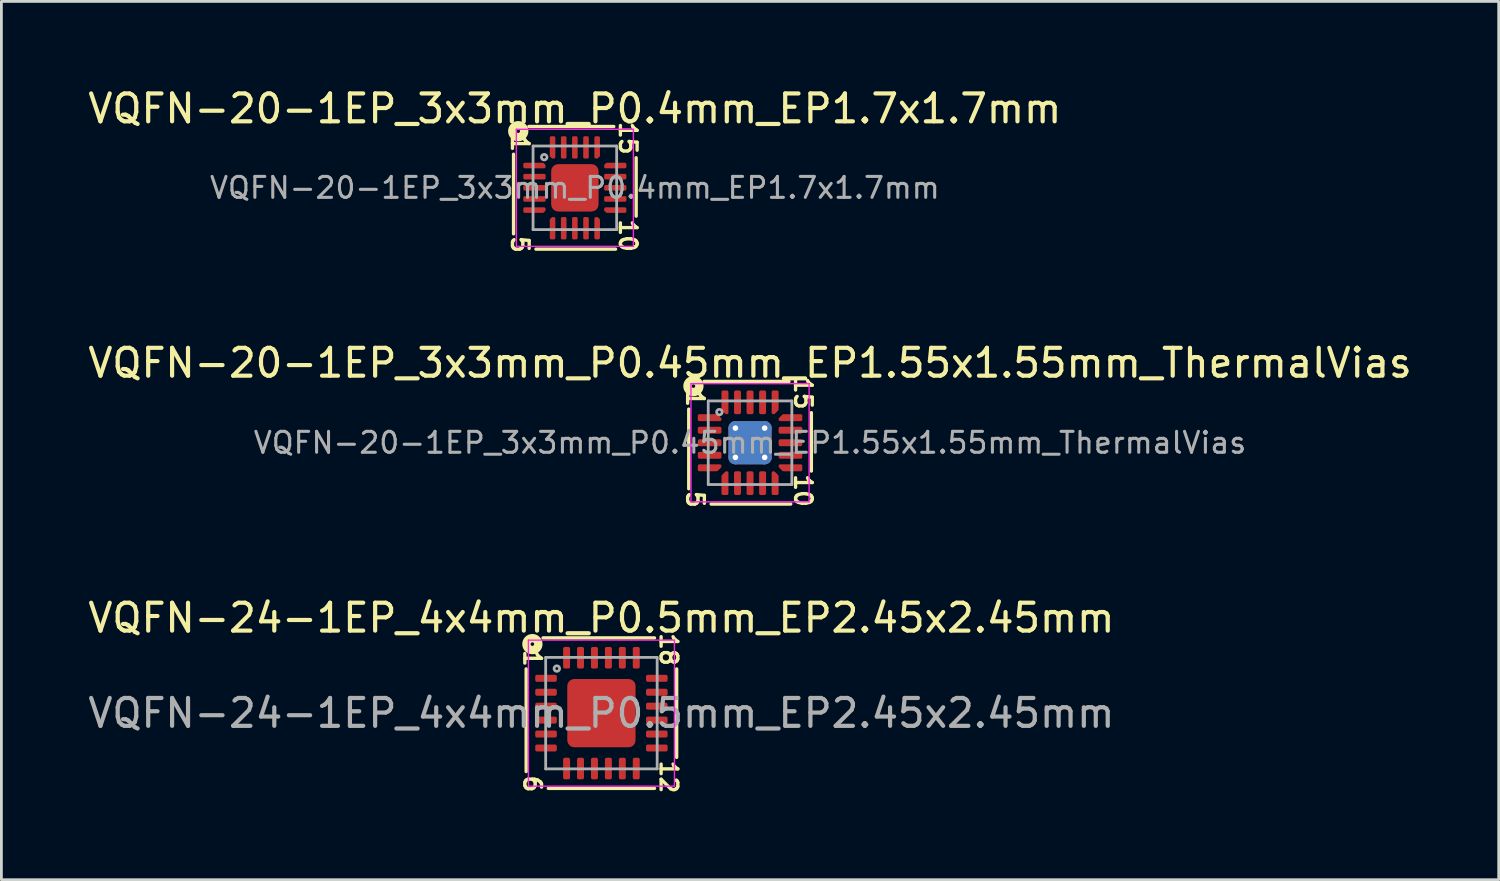
<source format=kicad_pcb>
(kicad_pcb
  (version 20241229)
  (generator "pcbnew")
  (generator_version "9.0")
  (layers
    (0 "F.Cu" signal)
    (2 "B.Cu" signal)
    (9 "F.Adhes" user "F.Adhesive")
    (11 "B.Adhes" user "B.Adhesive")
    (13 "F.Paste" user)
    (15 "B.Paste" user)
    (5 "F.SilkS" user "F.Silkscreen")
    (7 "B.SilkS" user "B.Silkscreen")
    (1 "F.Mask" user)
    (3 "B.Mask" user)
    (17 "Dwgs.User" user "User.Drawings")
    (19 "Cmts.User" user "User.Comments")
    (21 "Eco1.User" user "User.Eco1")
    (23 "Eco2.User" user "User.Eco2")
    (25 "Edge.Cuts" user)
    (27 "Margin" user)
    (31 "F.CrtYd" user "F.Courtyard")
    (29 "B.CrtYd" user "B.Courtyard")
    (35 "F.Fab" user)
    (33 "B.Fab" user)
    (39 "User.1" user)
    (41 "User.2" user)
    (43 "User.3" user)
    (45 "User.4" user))
  (footprint "VQFN-20-1EP_3x3mm_P0.4mm_EP1.7x1.7mm"
    (layer "F.Cu")
    (at 17.577 3.689)
    (property "Reference" "VQFN-20-1EP_3x3mm_P0.4mm_EP1.7x1.7mm" (at 0 -2.841 0) (layer "F.SilkS") (effects (font (size 1 1) (thickness 0.15))))
    (attr smd)
    (fp_line (start -2.2 -1.206) (end -2.2 1.651) (stroke (width 0.12) (type solid)) (layer "F.SilkS"))
    (fp_line (start -1.397 2.2) (end 1.46 2.2) (stroke (width 0.12) (type solid)) (layer "F.SilkS"))
    (fp_line (start 1.397 -2.2) (end -1.651 -2.2) (stroke (width 0.12) (type solid)) (layer "F.SilkS"))
    (fp_line (start 2.2 1.016) (end 2.2 -1.079) (stroke (width 0.12) (type solid)) (layer "F.SilkS"))
    (fp_circle (center -2.032 -2.032) (end -1.968 -2.032) (stroke (width 0.3) (type solid)) (fill no) (layer "F.SilkS"))
    (fp_line (start -2.1 -2.1) (end -2.1 2.1) (stroke (width 0.05) (type solid)) (layer "F.CrtYd"))
    (fp_line (start -2.1 2.1) (end 2.1 2.1) (stroke (width 0.05) (type solid)) (layer "F.CrtYd"))
    (fp_line (start 2.1 -2.1) (end -2.1 -2.1) (stroke (width 0.05) (type solid)) (layer "F.CrtYd"))
    (fp_line (start 2.1 2.1) (end 2.1 -2.1) (stroke (width 0.05) (type solid)) (layer "F.CrtYd"))
    (fp_line (start -1.5 -1.5) (end 1.5 -1.5) (stroke (width 0.1) (type solid)) (layer "F.Fab"))
    (fp_line (start -1.5 1.5) (end -1.5 -1.5) (stroke (width 0.1) (type solid)) (layer "F.Fab"))
    (fp_line (start 1.5 -1.5) (end 1.5 1.5) (stroke (width 0.1) (type solid)) (layer "F.Fab"))
    (fp_line (start 1.5 1.5) (end -1.5 1.5) (stroke (width 0.1) (type solid)) (layer "F.Fab"))
    (fp_circle (center -1.1 -1.1) (end -1 -1.1) (stroke (width 0.1) (type solid)) (fill no) (layer "F.Fab"))
    (fp_text user "5" (at -1.968 2.032 270) (unlocked yes) (layer "F.SilkS") (effects (font (size 0.6 0.6) (thickness 0.12))))
    (fp_text user "1" (at -1.968 -1.587 270) (unlocked yes) (layer "F.SilkS") (effects (font (size 0.6 0.6) (thickness 0.12))))
    (fp_text user "15" (at 1.905 -1.778 270) (unlocked yes) (layer "F.SilkS") (effects (font (size 0.6 0.6) (thickness 0.12))))
    (fp_text user "10" (at 1.905 1.714 270) (unlocked yes) (layer "F.SilkS") (effects (font (size 0.6 0.6) (thickness 0.12))))
    (fp_text user "${REFERENCE}" (at 0 0 0) (layer "F.Fab") (effects (font (size 0.75 0.75) (thickness 0.11))))
    (pad "" smd roundrect (at -0.425 -0.425) (size 0.69 0.69) (layers "F.Paste") (roundrect_rratio 0.25))
    (pad "" smd roundrect (at -0.425 0.425) (size 0.69 0.69) (layers "F.Paste") (roundrect_rratio 0.25))
    (pad "" smd roundrect (at 0.425 -0.425) (size 0.69 0.69) (layers "F.Paste") (roundrect_rratio 0.25))
    (pad "" smd roundrect (at 0.425 0.425) (size 0.69 0.69) (layers "F.Paste") (roundrect_rratio 0.25))
    (pad "1" smd custom (at -1.45 -0.8) (size 0.143 0.143) (layers "F.Cu" "F.Mask" "F.Paste") (options (anchor circle)) (primitives (gr_poly (pts (xy 0.35 0.001) (xy 0.35 0.05) (xy -0.35 0.05) (xy -0.35 -0.05) (xy 0.299 -0.05)) (width 0.1) (fill yes))))
    (pad "2" smd roundrect (at -1.45 -0.4) (size 0.8 0.2) (layers "F.Cu" "F.Mask" "F.Paste") (roundrect_rratio 0.25))
    (pad "3" smd roundrect (at -1.45 0) (size 0.8 0.2) (layers "F.Cu" "F.Mask" "F.Paste") (roundrect_rratio 0.25))
    (pad "4" smd roundrect (at -1.45 0.4) (size 0.8 0.2) (layers "F.Cu" "F.Mask" "F.Paste") (roundrect_rratio 0.25))
    (pad "5" smd custom (at -1.45 0.8) (size 0.143 0.143) (layers "F.Cu" "F.Mask" "F.Paste") (options (anchor circle)) (primitives (gr_poly (pts (xy 0.35 -0.001) (xy 0.299 0.05) (xy -0.35 0.05) (xy -0.35 -0.05) (xy 0.35 -0.05)) (width 0.1) (fill yes))))
    (pad "6" smd custom (at -0.8 1.45) (size 0.143 0.143) (layers "F.Cu" "F.Mask" "F.Paste") (options (anchor circle)) (primitives (gr_poly (pts (xy 0.05 0.35) (xy -0.05 0.35) (xy -0.05 -0.299) (xy 0.001 -0.35) (xy 0.05 -0.35)) (width 0.1) (fill yes))))
    (pad "7" smd roundrect (at -0.4 1.45) (size 0.2 0.8) (layers "F.Cu" "F.Mask" "F.Paste") (roundrect_rratio 0.25))
    (pad "8" smd roundrect (at 0 1.45) (size 0.2 0.8) (layers "F.Cu" "F.Mask" "F.Paste") (roundrect_rratio 0.25))
    (pad "9" smd roundrect (at 0.4 1.45) (size 0.2 0.8) (layers "F.Cu" "F.Mask" "F.Paste") (roundrect_rratio 0.25))
    (pad "10" smd custom (at 0.8 1.45) (size 0.143 0.143) (layers "F.Cu" "F.Mask" "F.Paste") (options (anchor circle)) (primitives (gr_poly (pts (xy 0.05 -0.299) (xy 0.05 0.35) (xy -0.05 0.35) (xy -0.05 -0.35) (xy -0.001 -0.35)) (width 0.1) (fill yes))))
    (pad "11" smd custom (at 1.45 0.8) (size 0.143 0.143) (layers "F.Cu" "F.Mask" "F.Paste") (options (anchor circle)) (primitives (gr_poly (pts (xy 0.35 0.05) (xy -0.299 0.05) (xy -0.35 -0.001) (xy -0.35 -0.05) (xy 0.35 -0.05)) (width 0.1) (fill yes))))
    (pad "12" smd roundrect (at 1.45 0.4) (size 0.8 0.2) (layers "F.Cu" "F.Mask" "F.Paste") (roundrect_rratio 0.25))
    (pad "13" smd roundrect (at 1.45 0) (size 0.8 0.2) (layers "F.Cu" "F.Mask" "F.Paste") (roundrect_rratio 0.25))
    (pad "14" smd roundrect (at 1.45 -0.4) (size 0.8 0.2) (layers "F.Cu" "F.Mask" "F.Paste") (roundrect_rratio 0.25))
    (pad "15" smd custom (at 1.45 -0.8) (size 0.143 0.143) (layers "F.Cu" "F.Mask" "F.Paste") (options (anchor circle)) (primitives (gr_poly (pts (xy 0.35 0.05) (xy -0.35 0.05) (xy -0.35 0.001) (xy -0.299 -0.05) (xy 0.35 -0.05)) (width 0.1) (fill yes))))
    (pad "16" smd custom (at 0.8 -1.45) (size 0.143 0.143) (layers "F.Cu" "F.Mask" "F.Paste") (options (anchor circle)) (primitives (gr_poly (pts (xy 0.05 0.299) (xy -0.001 0.35) (xy -0.05 0.35) (xy -0.05 -0.35) (xy 0.05 -0.35)) (width 0.1) (fill yes))))
    (pad "17" smd roundrect (at 0.4 -1.45) (size 0.2 0.8) (layers "F.Cu" "F.Mask" "F.Paste") (roundrect_rratio 0.25))
    (pad "18" smd roundrect (at 0 -1.45) (size 0.2 0.8) (layers "F.Cu" "F.Mask" "F.Paste") (roundrect_rratio 0.25))
    (pad "19" smd roundrect (at -0.4 -1.45) (size 0.2 0.8) (layers "F.Cu" "F.Mask" "F.Paste") (roundrect_rratio 0.25))
    (pad "20" smd custom (at -0.8 -1.45) (size 0.143 0.143) (layers "F.Cu" "F.Mask" "F.Paste") (options (anchor circle)) (primitives (gr_poly (pts (xy 0.05 0.35) (xy 0.001 0.35) (xy -0.05 0.299) (xy -0.05 -0.35) (xy 0.05 -0.35)) (width 0.1) (fill yes))))
    (pad "21" smd roundrect (at 0 0) (size 1.7 1.7) (layers "F.Cu" "F.Mask") (roundrect_rratio 0.147)))
  (footprint "VQFN-20-1EP_3x3mm_P0.45mm_EP1.55x1.55mm_ThermalVias"
    (layer "F.Cu")
    (at 23.863 12.836)
    (property "Reference" "VQFN-20-1EP_3x3mm_P0.45mm_EP1.55x1.55mm_ThermalVias" (at 0 -2.861 0) (layer "F.SilkS") (effects (font (size 1 1) (thickness 0.15))))
    (attr smd)
    (fp_line (start -2.2 -1.206) (end -2.2 1.651) (stroke (width 0.12) (type solid)) (layer "F.SilkS"))
    (fp_line (start -1.397 2.2) (end 1.46 2.2) (stroke (width 0.12) (type solid)) (layer "F.SilkS"))
    (fp_line (start 1.397 -2.2) (end -1.651 -2.2) (stroke (width 0.12) (type solid)) (layer "F.SilkS"))
    (fp_line (start 2.2 1.016) (end 2.2 -1.079) (stroke (width 0.12) (type solid)) (layer "F.SilkS"))
    (fp_circle (center -2.032 -2.032) (end -1.968 -2.032) (stroke (width 0.3) (type solid)) (fill no) (layer "F.SilkS"))
    (fp_line (start -2.12 -2.12) (end -2.12 2.12) (stroke (width 0.05) (type solid)) (layer "F.CrtYd"))
    (fp_line (start -2.12 2.12) (end 2.12 2.12) (stroke (width 0.05) (type solid)) (layer "F.CrtYd"))
    (fp_line (start 2.12 -2.12) (end -2.12 -2.12) (stroke (width 0.05) (type solid)) (layer "F.CrtYd"))
    (fp_line (start 2.12 2.12) (end 2.12 -2.12) (stroke (width 0.05) (type solid)) (layer "F.CrtYd"))
    (fp_line (start -1.5 -1.5) (end 1.5 -1.5) (stroke (width 0.1) (type solid)) (layer "F.Fab"))
    (fp_line (start -1.5 1.5) (end -1.5 -1.5) (stroke (width 0.1) (type solid)) (layer "F.Fab"))
    (fp_line (start 1.5 -1.5) (end 1.5 1.5) (stroke (width 0.1) (type solid)) (layer "F.Fab"))
    (fp_line (start 1.5 1.5) (end -1.5 1.5) (stroke (width 0.1) (type solid)) (layer "F.Fab"))
    (fp_circle (center -1.1 -1.1) (end -1 -1.1) (stroke (width 0.1) (type solid)) (fill no) (layer "F.Fab"))
    (fp_text user "1" (at -1.968 -1.587 270) (unlocked yes) (layer "F.SilkS") (effects (font (size 0.6 0.6) (thickness 0.12))))
    (fp_text user "15" (at 1.905 -1.778 270) (unlocked yes) (layer "F.SilkS") (effects (font (size 0.6 0.6) (thickness 0.12))))
    (fp_text user "10" (at 1.905 1.714 270) (unlocked yes) (layer "F.SilkS") (effects (font (size 0.6 0.6) (thickness 0.12))))
    (fp_text user "5" (at -1.968 2.032 270) (unlocked yes) (layer "F.SilkS") (effects (font (size 0.6 0.6) (thickness 0.12))))
    (fp_text user "${REFERENCE}" (at 0 0 0) (layer "F.Fab") (effects (font (size 0.75 0.75) (thickness 0.11))))
    (pad "" smd roundrect (at -0.39 -0.39) (size 0.67 0.67) (layers "F.Paste") (roundrect_rratio 0.25))
    (pad "" smd roundrect (at -0.39 0.39) (size 0.67 0.67) (layers "F.Paste") (roundrect_rratio 0.25))
    (pad "" smd roundrect (at 0.39 -0.39) (size 0.67 0.67) (layers "F.Paste") (roundrect_rratio 0.25))
    (pad "" smd roundrect (at 0.39 0.39) (size 0.67 0.67) (layers "F.Paste") (roundrect_rratio 0.25))
    (pad "1" smd custom (at -1.45 -0.9) (size 0.144 0.144) (layers "F.Cu" "F.Mask" "F.Paste") (options (anchor circle)) (primitives (gr_poly (pts (xy 0.375 0.046) (xy 0.375 0.075) (xy -0.375 0.075) (xy -0.375 -0.075) (xy 0.254 -0.075)) (width 0.1) (fill yes))))
    (pad "2" smd roundrect (at -1.45 -0.45) (size 0.85 0.25) (layers "F.Cu" "F.Mask" "F.Paste") (roundrect_rratio 0.25))
    (pad "3" smd roundrect (at -1.45 0) (size 0.85 0.25) (layers "F.Cu" "F.Mask" "F.Paste") (roundrect_rratio 0.25))
    (pad "4" smd roundrect (at -1.45 0.45) (size 0.85 0.25) (layers "F.Cu" "F.Mask" "F.Paste") (roundrect_rratio 0.25))
    (pad "5" smd custom (at -1.45 0.9) (size 0.144 0.144) (layers "F.Cu" "F.Mask" "F.Paste") (options (anchor circle)) (primitives (gr_poly (pts (xy 0.375 -0.046) (xy 0.254 0.075) (xy -0.375 0.075) (xy -0.375 -0.075) (xy 0.375 -0.075)) (width 0.1) (fill yes))))
    (pad "6" smd custom (at -0.9 1.45) (size 0.144 0.144) (layers "F.Cu" "F.Mask" "F.Paste") (options (anchor circle)) (primitives (gr_poly (pts (xy 0.075 0.375) (xy -0.075 0.375) (xy -0.075 -0.254) (xy 0.046 -0.375) (xy 0.075 -0.375)) (width 0.1) (fill yes))))
    (pad "7" smd roundrect (at -0.45 1.45) (size 0.25 0.85) (layers "F.Cu" "F.Mask" "F.Paste") (roundrect_rratio 0.25))
    (pad "8" smd roundrect (at 0 1.45) (size 0.25 0.85) (layers "F.Cu" "F.Mask" "F.Paste") (roundrect_rratio 0.25))
    (pad "9" smd roundrect (at 0.45 1.45) (size 0.25 0.85) (layers "F.Cu" "F.Mask" "F.Paste") (roundrect_rratio 0.25))
    (pad "10" smd custom (at 0.9 1.45) (size 0.144 0.144) (layers "F.Cu" "F.Mask" "F.Paste") (options (anchor circle)) (primitives (gr_poly (pts (xy 0.075 -0.254) (xy 0.075 0.375) (xy -0.075 0.375) (xy -0.075 -0.375) (xy -0.046 -0.375)) (width 0.1) (fill yes))))
    (pad "11" smd custom (at 1.45 0.9) (size 0.144 0.144) (layers "F.Cu" "F.Mask" "F.Paste") (options (anchor circle)) (primitives (gr_poly (pts (xy 0.375 0.075) (xy -0.254 0.075) (xy -0.375 -0.046) (xy -0.375 -0.075) (xy 0.375 -0.075)) (width 0.1) (fill yes))))
    (pad "12" smd roundrect (at 1.45 0.45) (size 0.85 0.25) (layers "F.Cu" "F.Mask" "F.Paste") (roundrect_rratio 0.25))
    (pad "13" smd roundrect (at 1.45 0) (size 0.85 0.25) (layers "F.Cu" "F.Mask" "F.Paste") (roundrect_rratio 0.25))
    (pad "14" smd roundrect (at 1.45 -0.45) (size 0.85 0.25) (layers "F.Cu" "F.Mask" "F.Paste") (roundrect_rratio 0.25))
    (pad "15" smd custom (at 1.45 -0.9) (size 0.144 0.144) (layers "F.Cu" "F.Mask" "F.Paste") (options (anchor circle)) (primitives (gr_poly (pts (xy 0.375 0.075) (xy -0.375 0.075) (xy -0.375 0.046) (xy -0.254 -0.075) (xy 0.375 -0.075)) (width 0.1) (fill yes))))
    (pad "16" smd custom (at 0.9 -1.45) (size 0.144 0.144) (layers "F.Cu" "F.Mask" "F.Paste") (options (anchor circle)) (primitives (gr_poly (pts (xy 0.075 0.254) (xy -0.046 0.375) (xy -0.075 0.375) (xy -0.075 -0.375) (xy 0.075 -0.375)) (width 0.1) (fill yes))))
    (pad "17" smd roundrect (at 0.45 -1.45) (size 0.25 0.85) (layers "F.Cu" "F.Mask" "F.Paste") (roundrect_rratio 0.25))
    (pad "18" smd roundrect (at 0 -1.45) (size 0.25 0.85) (layers "F.Cu" "F.Mask" "F.Paste") (roundrect_rratio 0.25))
    (pad "19" smd roundrect (at -0.45 -1.45) (size 0.25 0.85) (layers "F.Cu" "F.Mask" "F.Paste") (roundrect_rratio 0.25))
    (pad "20" smd custom (at -0.9 -1.45) (size 0.144 0.144) (layers "F.Cu" "F.Mask" "F.Paste") (options (anchor circle)) (primitives (gr_poly (pts (xy 0.075 0.375) (xy 0.046 0.375) (xy -0.075 0.254) (xy -0.075 -0.375) (xy 0.075 -0.375)) (width 0.1) (fill yes))))
    (pad "21" thru_hole circle (at -0.525 -0.525) (size 0.5 0.5) (drill 0.2) (property pad_prop_heatsink) (layers "*.Cu"))
    (pad "21" thru_hole circle (at -0.525 0.525) (size 0.5 0.5) (drill 0.2) (property pad_prop_heatsink) (layers "*.Cu"))
    (pad "21" smd roundrect (at 0 0) (size 1.55 1.55) (layers "F.Cu" "F.Mask") (roundrect_rratio 0.161))
    (pad "21" smd roundrect (at 0 0) (size 1.55 1.55) (layers "B.Cu" "B.Mask") (roundrect_rratio 0.161))
    (pad "21" thru_hole circle (at 0.525 -0.525) (size 0.5 0.5) (drill 0.2) (property pad_prop_heatsink) (layers "*.Cu"))
    (pad "21" thru_hole circle (at 0.525 0.525) (size 0.5 0.5) (drill 0.2) (property pad_prop_heatsink) (layers "*.Cu")))
  (footprint "VQFN-24-1EP_4x4mm_P0.5mm_EP2.45x2.45mm"
    (layer "F.Cu")
    (at 18.53 22.539)
    (property "Reference" "VQFN-24-1EP_4x4mm_P0.5mm_EP2.45x2.45mm" (at 0 -3.417 0) (layer "F.SilkS") (effects (font (size 1 1) (thickness 0.15))))
    (attr smd)
    (fp_line (start -2.7 -1.587) (end -2.7 2.095) (stroke (width 0.12) (type solid)) (layer "F.SilkS"))
    (fp_line (start -1.905 2.7) (end 1.905 2.7) (stroke (width 0.12) (type solid)) (layer "F.SilkS"))
    (fp_line (start 1.905 -2.7) (end -2.095 -2.7) (stroke (width 0.12) (type solid)) (layer "F.SilkS"))
    (fp_line (start 2.7 1.587) (end 2.7 -1.587) (stroke (width 0.12) (type solid)) (layer "F.SilkS"))
    (fp_circle (center -2.477 -2.477) (end -2.413 -2.477) (stroke (width 0.3) (type solid)) (fill no) (layer "F.SilkS"))
    (fp_line (start -2.62 -2.62) (end -2.62 2.62) (stroke (width 0.05) (type solid)) (layer "F.CrtYd"))
    (fp_line (start -2.62 2.62) (end 2.62 2.62) (stroke (width 0.05) (type solid)) (layer "F.CrtYd"))
    (fp_line (start 2.62 -2.62) (end -2.62 -2.62) (stroke (width 0.05) (type solid)) (layer "F.CrtYd"))
    (fp_line (start 2.62 2.62) (end 2.62 -2.62) (stroke (width 0.05) (type solid)) (layer "F.CrtYd"))
    (fp_line (start -2 -2) (end 2 -2) (stroke (width 0.1) (type solid)) (layer "F.Fab"))
    (fp_line (start -2 2) (end -2 -2) (stroke (width 0.1) (type solid)) (layer "F.Fab"))
    (fp_line (start 2 -2) (end 2 2) (stroke (width 0.1) (type solid)) (layer "F.Fab"))
    (fp_line (start 2 2) (end -2 2) (stroke (width 0.1) (type solid)) (layer "F.Fab"))
    (fp_circle (center -1.6 -1.6) (end -1.5 -1.6) (stroke (width 0.1) (type solid)) (fill no) (layer "F.Fab"))
    (fp_text user "6" (at -2.477 2.54 270) (unlocked yes) (layer "F.SilkS") (effects (font (size 0.6 0.6) (thickness 0.12))))
    (fp_text user "1" (at -2.477 -1.968 270) (unlocked yes) (layer "F.SilkS") (effects (font (size 0.6 0.6) (thickness 0.12))))
    (fp_text user "18" (at 2.413 -2.286 270) (unlocked yes) (layer "F.SilkS") (effects (font (size 0.6 0.6) (thickness 0.12))))
    (fp_text user "12" (at 2.413 2.286 270) (unlocked yes) (layer "F.SilkS") (effects (font (size 0.6 0.6) (thickness 0.12))))
    (fp_text user "${REFERENCE}" (at 0 0 0) (layer "F.Fab") (effects (font (size 1 1) (thickness 0.15))))
    (pad "" smd roundrect (at -0.82 -0.82) (size 0.66 0.66) (layers "F.Paste") (roundrect_rratio 0.25))
    (pad "" smd roundrect (at -0.82 0) (size 0.66 0.66) (layers "F.Paste") (roundrect_rratio 0.25))
    (pad "" smd roundrect (at -0.82 0.82) (size 0.66 0.66) (layers "F.Paste") (roundrect_rratio 0.25))
    (pad "" smd roundrect (at 0 -0.82) (size 0.66 0.66) (layers "F.Paste") (roundrect_rratio 0.25))
    (pad "" smd roundrect (at 0 0) (size 0.66 0.66) (layers "F.Paste") (roundrect_rratio 0.25))
    (pad "" smd roundrect (at 0 0.82) (size 0.66 0.66) (layers "F.Paste") (roundrect_rratio 0.25))
    (pad "" smd roundrect (at 0.82 -0.82) (size 0.66 0.66) (layers "F.Paste") (roundrect_rratio 0.25))
    (pad "" smd roundrect (at 0.82 0) (size 0.66 0.66) (layers "F.Paste") (roundrect_rratio 0.25))
    (pad "" smd roundrect (at 0.82 0.82) (size 0.66 0.66) (layers "F.Paste") (roundrect_rratio 0.25))
    (pad "1" smd roundrect (at -1.988 -1.25) (size 0.775 0.25) (layers "F.Cu" "F.Mask" "F.Paste") (roundrect_rratio 0.25))
    (pad "2" smd roundrect (at -1.988 -0.75) (size 0.775 0.25) (layers "F.Cu" "F.Mask" "F.Paste") (roundrect_rratio 0.25))
    (pad "3" smd roundrect (at -1.988 -0.25) (size 0.775 0.25) (layers "F.Cu" "F.Mask" "F.Paste") (roundrect_rratio 0.25))
    (pad "4" smd roundrect (at -1.988 0.25) (size 0.775 0.25) (layers "F.Cu" "F.Mask" "F.Paste") (roundrect_rratio 0.25))
    (pad "5" smd roundrect (at -1.988 0.75) (size 0.775 0.25) (layers "F.Cu" "F.Mask" "F.Paste") (roundrect_rratio 0.25))
    (pad "6" smd roundrect (at -1.988 1.25) (size 0.775 0.25) (layers "F.Cu" "F.Mask" "F.Paste") (roundrect_rratio 0.25))
    (pad "7" smd roundrect (at -1.25 1.988) (size 0.25 0.775) (layers "F.Cu" "F.Mask" "F.Paste") (roundrect_rratio 0.25))
    (pad "8" smd roundrect (at -0.75 1.988) (size 0.25 0.775) (layers "F.Cu" "F.Mask" "F.Paste") (roundrect_rratio 0.25))
    (pad "9" smd roundrect (at -0.25 1.988) (size 0.25 0.775) (layers "F.Cu" "F.Mask" "F.Paste") (roundrect_rratio 0.25))
    (pad "10" smd roundrect (at 0.25 1.988) (size 0.25 0.775) (layers "F.Cu" "F.Mask" "F.Paste") (roundrect_rratio 0.25))
    (pad "11" smd roundrect (at 0.75 1.988) (size 0.25 0.775) (layers "F.Cu" "F.Mask" "F.Paste") (roundrect_rratio 0.25))
    (pad "12" smd roundrect (at 1.25 1.988) (size 0.25 0.775) (layers "F.Cu" "F.Mask" "F.Paste") (roundrect_rratio 0.25))
    (pad "13" smd roundrect (at 1.988 1.25) (size 0.775 0.25) (layers "F.Cu" "F.Mask" "F.Paste") (roundrect_rratio 0.25))
    (pad "14" smd roundrect (at 1.988 0.75) (size 0.775 0.25) (layers "F.Cu" "F.Mask" "F.Paste") (roundrect_rratio 0.25))
    (pad "15" smd roundrect (at 1.988 0.25) (size 0.775 0.25) (layers "F.Cu" "F.Mask" "F.Paste") (roundrect_rratio 0.25))
    (pad "16" smd roundrect (at 1.988 -0.25) (size 0.775 0.25) (layers "F.Cu" "F.Mask" "F.Paste") (roundrect_rratio 0.25))
    (pad "17" smd roundrect (at 1.988 -0.75) (size 0.775 0.25) (layers "F.Cu" "F.Mask" "F.Paste") (roundrect_rratio 0.25))
    (pad "18" smd roundrect (at 1.988 -1.25) (size 0.775 0.25) (layers "F.Cu" "F.Mask" "F.Paste") (roundrect_rratio 0.25))
    (pad "19" smd roundrect (at 1.25 -1.988) (size 0.25 0.775) (layers "F.Cu" "F.Mask" "F.Paste") (roundrect_rratio 0.25))
    (pad "20" smd roundrect (at 0.75 -1.988) (size 0.25 0.775) (layers "F.Cu" "F.Mask" "F.Paste") (roundrect_rratio 0.25))
    (pad "21" smd roundrect (at 0.25 -1.988) (size 0.25 0.775) (layers "F.Cu" "F.Mask" "F.Paste") (roundrect_rratio 0.25))
    (pad "22" smd roundrect (at -0.25 -1.988) (size 0.25 0.775) (layers "F.Cu" "F.Mask" "F.Paste") (roundrect_rratio 0.25))
    (pad "23" smd roundrect (at -0.75 -1.988) (size 0.25 0.775) (layers "F.Cu" "F.Mask" "F.Paste") (roundrect_rratio 0.25))
    (pad "24" smd roundrect (at -1.25 -1.988) (size 0.25 0.775) (layers "F.Cu" "F.Mask" "F.Paste") (roundrect_rratio 0.25))
    (pad "25" smd roundrect (at 0 0) (size 2.45 2.45) (layers "F.Cu" "F.Mask") (roundrect_rratio 0.102)))
  (gr_rect
    (start -3 -3)
    (end 50.726 28.516)
    (stroke (width 0.1) (type default))
    (fill no)
    (layer "Edge.Cuts")))
</source>
